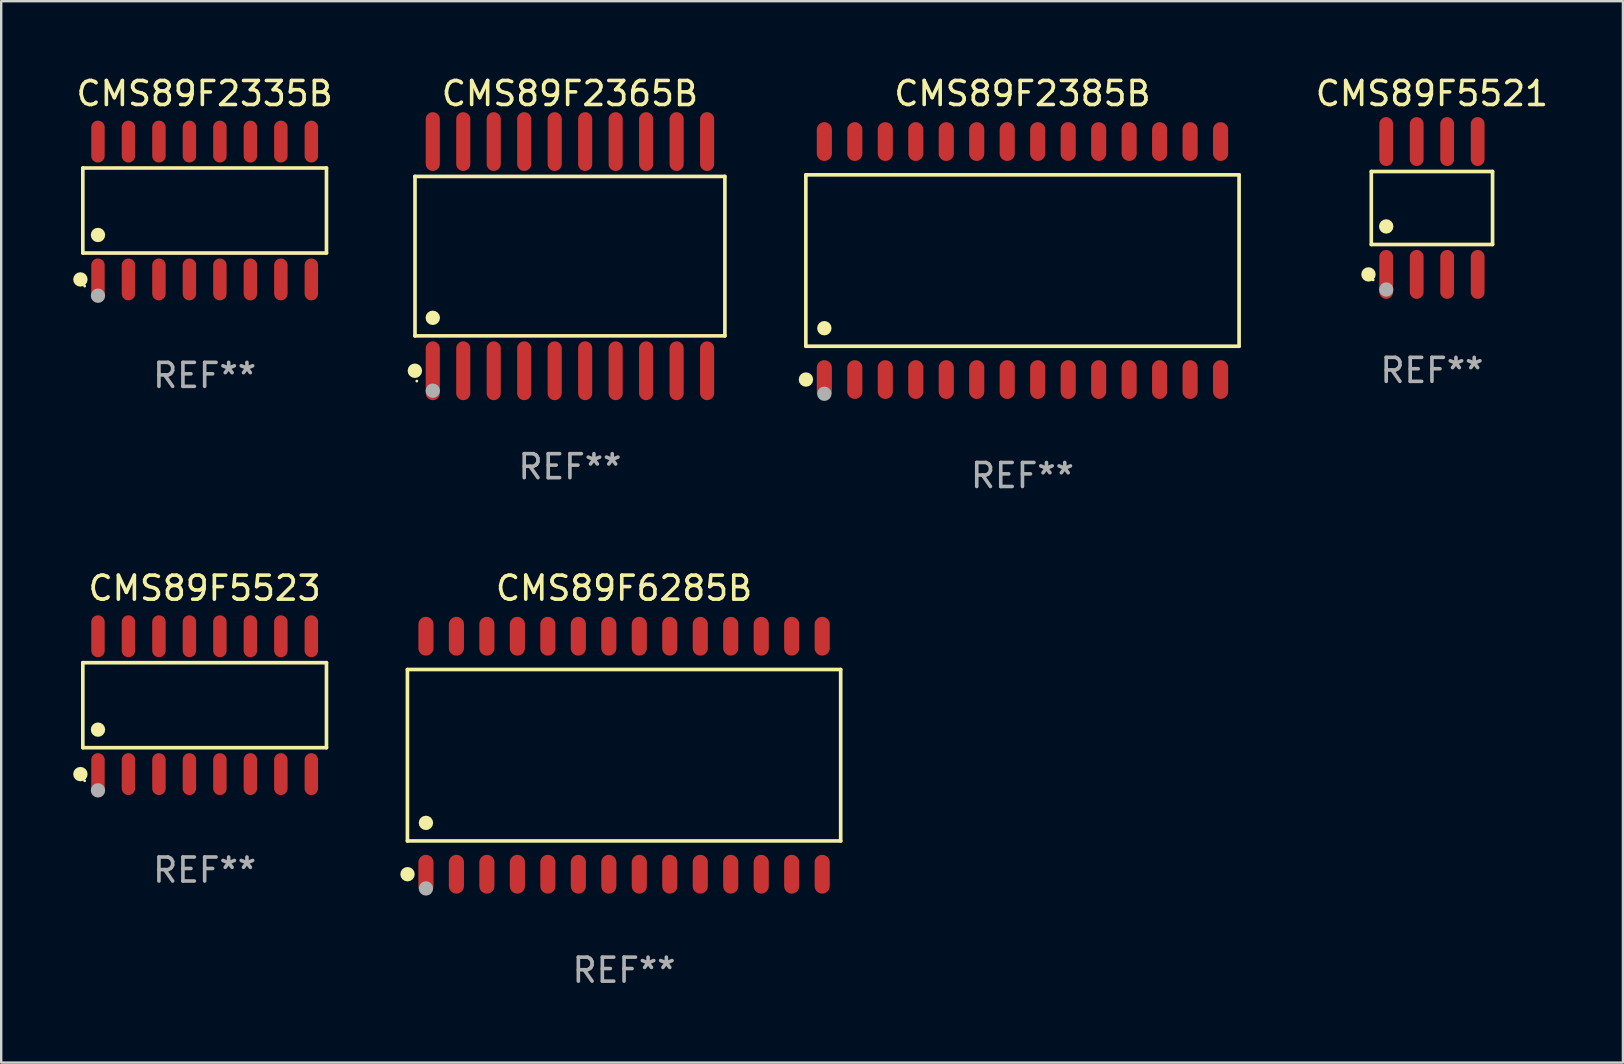
<source format=kicad_pcb>
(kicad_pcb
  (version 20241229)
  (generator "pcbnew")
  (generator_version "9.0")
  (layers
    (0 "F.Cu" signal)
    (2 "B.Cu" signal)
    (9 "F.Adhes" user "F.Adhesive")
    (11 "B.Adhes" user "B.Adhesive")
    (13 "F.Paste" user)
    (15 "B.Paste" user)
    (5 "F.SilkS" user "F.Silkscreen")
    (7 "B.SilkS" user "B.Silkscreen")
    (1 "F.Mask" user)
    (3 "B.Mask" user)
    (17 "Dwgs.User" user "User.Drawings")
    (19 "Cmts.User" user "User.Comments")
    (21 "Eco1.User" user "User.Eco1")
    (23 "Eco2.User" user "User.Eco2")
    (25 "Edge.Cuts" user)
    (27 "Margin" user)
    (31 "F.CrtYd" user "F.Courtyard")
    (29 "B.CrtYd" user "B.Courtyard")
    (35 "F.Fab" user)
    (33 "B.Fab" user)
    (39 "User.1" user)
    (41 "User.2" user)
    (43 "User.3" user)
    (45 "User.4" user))
  (footprint "CMS89F5523"
    (layer "F.Cu")
    (at 5.477 26.332)
    (property "Reference" "CMS89F5523" (at 0 -4.872 0) (layer "F.SilkS") (effects (font (size 1 1) (thickness 0.15))))
    (attr through_hole)
    (fp_line (start -5.076 -1.771) (end 5.076 -1.771) (stroke (width 0.152) (type solid)) (layer "F.SilkS"))
    (fp_line (start -5.076 1.771) (end -5.076 -1.771) (stroke (width 0.152) (type solid)) (layer "F.SilkS"))
    (fp_line (start 5.076 -1.771) (end 5.076 1.771) (stroke (width 0.152) (type solid)) (layer "F.SilkS"))
    (fp_line (start 5.076 1.771) (end -5.076 1.771) (stroke (width 0.152) (type solid)) (layer "F.SilkS"))
    (fp_circle (center -5.177 2.872) (end -5.027 2.872) (stroke (width 0.3) (type solid)) (fill no) (layer "F.SilkS"))
    (fp_circle (center -5 3.15) (end -4.97 3.15) (stroke (width 0.06) (type solid)) (fill no) (layer "F.SilkS"))
    (fp_circle (center -4.445 1.019) (end -4.295 1.019) (stroke (width 0.3) (type solid)) (fill no) (layer "F.SilkS"))
    (fp_circle (center -4.445 3.55) (end -4.295 3.55) (stroke (width 0.3) (type solid)) (fill no) (layer "F.Fab"))
    (fp_text user "REF**" (at 0 6.872 0) (layer "F.Fab") (effects (font (size 1 1) (thickness 0.15))))
    (pad "1" smd oval (at -4.445 2.872) (size 0.56 1.745) (layers "F.Cu" "F.Mask" "F.Paste"))
    (pad "2" smd oval (at -3.175 2.872) (size 0.56 1.745) (layers "F.Cu" "F.Mask" "F.Paste"))
    (pad "3" smd oval (at -1.905 2.872) (size 0.56 1.745) (layers "F.Cu" "F.Mask" "F.Paste"))
    (pad "4" smd oval (at -0.635 2.872) (size 0.56 1.745) (layers "F.Cu" "F.Mask" "F.Paste"))
    (pad "5" smd oval (at 0.635 2.872) (size 0.56 1.745) (layers "F.Cu" "F.Mask" "F.Paste"))
    (pad "6" smd oval (at 1.905 2.872) (size 0.56 1.745) (layers "F.Cu" "F.Mask" "F.Paste"))
    (pad "7" smd oval (at 3.175 2.872) (size 0.56 1.745) (layers "F.Cu" "F.Mask" "F.Paste"))
    (pad "8" smd oval (at 4.445 2.872) (size 0.56 1.745) (layers "F.Cu" "F.Mask" "F.Paste"))
    (pad "9" smd oval (at 4.445 -2.872) (size 0.56 1.745) (layers "F.Cu" "F.Mask" "F.Paste"))
    (pad "10" smd oval (at 3.175 -2.872) (size 0.56 1.745) (layers "F.Cu" "F.Mask" "F.Paste"))
    (pad "11" smd oval (at 1.905 -2.872) (size 0.56 1.745) (layers "F.Cu" "F.Mask" "F.Paste"))
    (pad "12" smd oval (at 0.635 -2.872) (size 0.56 1.745) (layers "F.Cu" "F.Mask" "F.Paste"))
    (pad "13" smd oval (at -0.635 -2.872) (size 0.56 1.745) (layers "F.Cu" "F.Mask" "F.Paste"))
    (pad "14" smd oval (at -1.905 -2.872) (size 0.56 1.745) (layers "F.Cu" "F.Mask" "F.Paste"))
    (pad "15" smd oval (at -3.175 -2.872) (size 0.56 1.745) (layers "F.Cu" "F.Mask" "F.Paste"))
    (pad "16" smd oval (at -4.445 -2.872) (size 0.56 1.745) (layers "F.Cu" "F.Mask" "F.Paste")))
  (footprint "CMS89F5521"
    (layer "F.Cu")
    (at 56.613 5.616)
    (property "Reference" "CMS89F5521" (at 0 -4.768 0) (layer "F.SilkS") (effects (font (size 1 1) (thickness 0.15))))
    (attr through_hole)
    (fp_line (start -2.526 -1.521) (end 2.526 -1.521) (stroke (width 0.152) (type solid)) (layer "F.SilkS"))
    (fp_line (start -2.526 1.521) (end -2.526 -1.521) (stroke (width 0.152) (type solid)) (layer "F.SilkS"))
    (fp_line (start 2.526 -1.521) (end 2.526 1.521) (stroke (width 0.152) (type solid)) (layer "F.SilkS"))
    (fp_line (start 2.526 1.521) (end -2.526 1.521) (stroke (width 0.152) (type solid)) (layer "F.SilkS"))
    (fp_circle (center -2.644 2.768) (end -2.494 2.768) (stroke (width 0.3) (type solid)) (fill no) (layer "F.SilkS"))
    (fp_circle (center -2.45 2.998) (end -2.42 2.998) (stroke (width 0.06) (type solid)) (fill no) (layer "F.SilkS"))
    (fp_circle (center -1.905 0.769) (end -1.755 0.769) (stroke (width 0.3) (type solid)) (fill no) (layer "F.SilkS"))
    (fp_circle (center -1.905 3.398) (end -1.755 3.398) (stroke (width 0.3) (type solid)) (fill no) (layer "F.Fab"))
    (fp_text user "REF**" (at 0 6.768 0) (layer "F.Fab") (effects (font (size 1 1) (thickness 0.15))))
    (pad "1" smd oval (at -1.905 2.768) (size 0.574 2.036) (layers "F.Cu" "F.Mask" "F.Paste"))
    (pad "2" smd oval (at -0.635 2.768) (size 0.574 2.036) (layers "F.Cu" "F.Mask" "F.Paste"))
    (pad "3" smd oval (at 0.635 2.768) (size 0.574 2.036) (layers "F.Cu" "F.Mask" "F.Paste"))
    (pad "4" smd oval (at 1.905 2.768) (size 0.574 2.036) (layers "F.Cu" "F.Mask" "F.Paste"))
    (pad "5" smd oval (at 1.905 -2.768) (size 0.574 2.036) (layers "F.Cu" "F.Mask" "F.Paste"))
    (pad "6" smd oval (at 0.635 -2.768) (size 0.574 2.036) (layers "F.Cu" "F.Mask" "F.Paste"))
    (pad "7" smd oval (at -0.635 -2.768) (size 0.574 2.036) (layers "F.Cu" "F.Mask" "F.Paste"))
    (pad "8" smd oval (at -1.905 -2.768) (size 0.574 2.036) (layers "F.Cu" "F.Mask" "F.Paste")))
  (footprint "CMS89F6285B"
    (layer "F.Cu")
    (at 22.952 28.417)
    (property "Reference" "CMS89F6285B" (at 0 -6.958 0) (layer "F.SilkS") (effects (font (size 1 1) (thickness 0.15))))
    (attr through_hole)
    (fp_line (start -9.026 -3.571) (end 9.026 -3.571) (stroke (width 0.152) (type solid)) (layer "F.SilkS"))
    (fp_line (start -9.026 3.571) (end -9.026 -3.571) (stroke (width 0.152) (type solid)) (layer "F.SilkS"))
    (fp_line (start 9.026 -3.571) (end 9.026 3.571) (stroke (width 0.152) (type solid)) (layer "F.SilkS"))
    (fp_line (start 9.026 3.571) (end -9.026 3.571) (stroke (width 0.152) (type solid)) (layer "F.SilkS"))
    (fp_circle (center -9.022 4.958) (end -8.872 4.958) (stroke (width 0.3) (type solid)) (fill no) (layer "F.SilkS"))
    (fp_circle (center -8.95 5.15) (end -8.92 5.15) (stroke (width 0.06) (type solid)) (fill no) (layer "F.SilkS"))
    (fp_circle (center -8.255 2.819) (end -8.105 2.819) (stroke (width 0.3) (type solid)) (fill no) (layer "F.SilkS"))
    (fp_circle (center -8.255 5.55) (end -8.105 5.55) (stroke (width 0.3) (type solid)) (fill no) (layer "F.Fab"))
    (fp_text user "REF**" (at 0 8.958 0) (layer "F.Fab") (effects (font (size 1 1) (thickness 0.15))))
    (pad "1" smd oval (at -8.255 4.958) (size 0.63 1.615) (layers "F.Cu" "F.Mask" "F.Paste"))
    (pad "2" smd oval (at -6.985 4.958) (size 0.63 1.615) (layers "F.Cu" "F.Mask" "F.Paste"))
    (pad "3" smd oval (at -5.715 4.958) (size 0.63 1.615) (layers "F.Cu" "F.Mask" "F.Paste"))
    (pad "4" smd oval (at -4.445 4.958) (size 0.63 1.615) (layers "F.Cu" "F.Mask" "F.Paste"))
    (pad "5" smd oval (at -3.175 4.958) (size 0.63 1.615) (layers "F.Cu" "F.Mask" "F.Paste"))
    (pad "6" smd oval (at -1.905 4.958) (size 0.63 1.615) (layers "F.Cu" "F.Mask" "F.Paste"))
    (pad "7" smd oval (at -0.635 4.958) (size 0.63 1.615) (layers "F.Cu" "F.Mask" "F.Paste"))
    (pad "8" smd oval (at 0.635 4.958) (size 0.63 1.615) (layers "F.Cu" "F.Mask" "F.Paste"))
    (pad "9" smd oval (at 1.905 4.958) (size 0.63 1.615) (layers "F.Cu" "F.Mask" "F.Paste"))
    (pad "10" smd oval (at 3.175 4.958) (size 0.63 1.615) (layers "F.Cu" "F.Mask" "F.Paste"))
    (pad "11" smd oval (at 4.445 4.958) (size 0.63 1.615) (layers "F.Cu" "F.Mask" "F.Paste"))
    (pad "12" smd oval (at 5.715 4.958) (size 0.63 1.615) (layers "F.Cu" "F.Mask" "F.Paste"))
    (pad "13" smd oval (at 6.985 4.958) (size 0.63 1.615) (layers "F.Cu" "F.Mask" "F.Paste"))
    (pad "14" smd oval (at 8.255 4.958) (size 0.63 1.615) (layers "F.Cu" "F.Mask" "F.Paste"))
    (pad "15" smd oval (at 8.255 -4.958) (size 0.63 1.615) (layers "F.Cu" "F.Mask" "F.Paste"))
    (pad "16" smd oval (at 6.985 -4.958) (size 0.63 1.615) (layers "F.Cu" "F.Mask" "F.Paste"))
    (pad "17" smd oval (at 5.715 -4.958) (size 0.63 1.615) (layers "F.Cu" "F.Mask" "F.Paste"))
    (pad "18" smd oval (at 4.445 -4.958) (size 0.63 1.615) (layers "F.Cu" "F.Mask" "F.Paste"))
    (pad "19" smd oval (at 3.175 -4.958) (size 0.63 1.615) (layers "F.Cu" "F.Mask" "F.Paste"))
    (pad "20" smd oval (at 1.905 -4.958) (size 0.63 1.615) (layers "F.Cu" "F.Mask" "F.Paste"))
    (pad "21" smd oval (at 0.635 -4.958) (size 0.63 1.615) (layers "F.Cu" "F.Mask" "F.Paste"))
    (pad "22" smd oval (at -0.635 -4.958) (size 0.63 1.615) (layers "F.Cu" "F.Mask" "F.Paste"))
    (pad "23" smd oval (at -1.905 -4.958) (size 0.63 1.615) (layers "F.Cu" "F.Mask" "F.Paste"))
    (pad "24" smd oval (at -3.175 -4.958) (size 0.63 1.615) (layers "F.Cu" "F.Mask" "F.Paste"))
    (pad "25" smd oval (at -4.445 -4.958) (size 0.63 1.615) (layers "F.Cu" "F.Mask" "F.Paste"))
    (pad "26" smd oval (at -5.715 -4.958) (size 0.63 1.615) (layers "F.Cu" "F.Mask" "F.Paste"))
    (pad "27" smd oval (at -6.985 -4.958) (size 0.63 1.615) (layers "F.Cu" "F.Mask" "F.Paste"))
    (pad "28" smd oval (at -8.255 -4.958) (size 0.63 1.615) (layers "F.Cu" "F.Mask" "F.Paste")))
  (footprint "CMS89F2365B"
    (layer "F.Cu")
    (at 20.697 7.623)
    (property "Reference" "CMS89F2365B" (at 0 -6.775 0) (layer "F.SilkS") (effects (font (size 1 1) (thickness 0.15))))
    (attr through_hole)
    (fp_line (start -6.456 -3.321) (end 6.456 -3.321) (stroke (width 0.152) (type solid)) (layer "F.SilkS"))
    (fp_line (start -6.456 3.321) (end -6.456 -3.321) (stroke (width 0.152) (type solid)) (layer "F.SilkS"))
    (fp_line (start 6.456 -3.321) (end 6.456 3.321) (stroke (width 0.152) (type solid)) (layer "F.SilkS"))
    (fp_line (start 6.456 3.321) (end -6.456 3.321) (stroke (width 0.152) (type solid)) (layer "F.SilkS"))
    (fp_circle (center -6.462 4.775) (end -6.311 4.775) (stroke (width 0.3) (type solid)) (fill no) (layer "F.SilkS"))
    (fp_circle (center -6.38 5.205) (end -6.35 5.205) (stroke (width 0.06) (type solid)) (fill no) (layer "F.SilkS"))
    (fp_circle (center -5.715 2.569) (end -5.565 2.569) (stroke (width 0.3) (type solid)) (fill no) (layer "F.SilkS"))
    (fp_circle (center -5.715 5.605) (end -5.565 5.605) (stroke (width 0.3) (type solid)) (fill no) (layer "F.Fab"))
    (fp_text user "REF**" (at 0 8.775 0) (layer "F.Fab") (effects (font (size 1 1) (thickness 0.15))))
    (pad "1" smd oval (at -5.715 4.775) (size 0.588 2.45) (layers "F.Cu" "F.Mask" "F.Paste"))
    (pad "2" smd oval (at -4.445 4.775) (size 0.588 2.45) (layers "F.Cu" "F.Mask" "F.Paste"))
    (pad "3" smd oval (at -3.175 4.775) (size 0.588 2.45) (layers "F.Cu" "F.Mask" "F.Paste"))
    (pad "4" smd oval (at -1.905 4.775) (size 0.588 2.45) (layers "F.Cu" "F.Mask" "F.Paste"))
    (pad "5" smd oval (at -0.635 4.775) (size 0.588 2.45) (layers "F.Cu" "F.Mask" "F.Paste"))
    (pad "6" smd oval (at 0.635 4.775) (size 0.588 2.45) (layers "F.Cu" "F.Mask" "F.Paste"))
    (pad "7" smd oval (at 1.905 4.775) (size 0.588 2.45) (layers "F.Cu" "F.Mask" "F.Paste"))
    (pad "8" smd oval (at 3.175 4.775) (size 0.588 2.45) (layers "F.Cu" "F.Mask" "F.Paste"))
    (pad "9" smd oval (at 4.445 4.775) (size 0.588 2.45) (layers "F.Cu" "F.Mask" "F.Paste"))
    (pad "10" smd oval (at 5.715 4.775) (size 0.588 2.45) (layers "F.Cu" "F.Mask" "F.Paste"))
    (pad "11" smd oval (at 5.715 -4.775) (size 0.588 2.45) (layers "F.Cu" "F.Mask" "F.Paste"))
    (pad "12" smd oval (at 4.445 -4.775) (size 0.588 2.45) (layers "F.Cu" "F.Mask" "F.Paste"))
    (pad "13" smd oval (at 3.175 -4.775) (size 0.588 2.45) (layers "F.Cu" "F.Mask" "F.Paste"))
    (pad "14" smd oval (at 1.905 -4.775) (size 0.588 2.45) (layers "F.Cu" "F.Mask" "F.Paste"))
    (pad "15" smd oval (at 0.635 -4.775) (size 0.588 2.45) (layers "F.Cu" "F.Mask" "F.Paste"))
    (pad "16" smd oval (at -0.635 -4.775) (size 0.588 2.45) (layers "F.Cu" "F.Mask" "F.Paste"))
    (pad "17" smd oval (at -1.905 -4.775) (size 0.588 2.45) (layers "F.Cu" "F.Mask" "F.Paste"))
    (pad "18" smd oval (at -3.175 -4.775) (size 0.588 2.45) (layers "F.Cu" "F.Mask" "F.Paste"))
    (pad "19" smd oval (at -4.445 -4.775) (size 0.588 2.45) (layers "F.Cu" "F.Mask" "F.Paste"))
    (pad "20" smd oval (at -5.715 -4.775) (size 0.588 2.45) (layers "F.Cu" "F.Mask" "F.Paste")))
  (footprint "CMS89F2335B"
    (layer "F.Cu")
    (at 5.477 5.721)
    (property "Reference" "CMS89F2335B" (at 0 -4.872 0) (layer "F.SilkS") (effects (font (size 1 1) (thickness 0.15))))
    (attr through_hole)
    (fp_line (start -5.076 -1.771) (end 5.076 -1.771) (stroke (width 0.152) (type solid)) (layer "F.SilkS"))
    (fp_line (start -5.076 1.771) (end -5.076 -1.771) (stroke (width 0.152) (type solid)) (layer "F.SilkS"))
    (fp_line (start 5.076 -1.771) (end 5.076 1.771) (stroke (width 0.152) (type solid)) (layer "F.SilkS"))
    (fp_line (start 5.076 1.771) (end -5.076 1.771) (stroke (width 0.152) (type solid)) (layer "F.SilkS"))
    (fp_circle (center -5.177 2.872) (end -5.027 2.872) (stroke (width 0.3) (type solid)) (fill no) (layer "F.SilkS"))
    (fp_circle (center -5 3.15) (end -4.97 3.15) (stroke (width 0.06) (type solid)) (fill no) (layer "F.SilkS"))
    (fp_circle (center -4.445 1.019) (end -4.295 1.019) (stroke (width 0.3) (type solid)) (fill no) (layer "F.SilkS"))
    (fp_circle (center -4.445 3.55) (end -4.295 3.55) (stroke (width 0.3) (type solid)) (fill no) (layer "F.Fab"))
    (fp_text user "REF**" (at 0 6.872 0) (layer "F.Fab") (effects (font (size 1 1) (thickness 0.15))))
    (pad "1" smd oval (at -4.445 2.872) (size 0.56 1.745) (layers "F.Cu" "F.Mask" "F.Paste"))
    (pad "2" smd oval (at -3.175 2.872) (size 0.56 1.745) (layers "F.Cu" "F.Mask" "F.Paste"))
    (pad "3" smd oval (at -1.905 2.872) (size 0.56 1.745) (layers "F.Cu" "F.Mask" "F.Paste"))
    (pad "4" smd oval (at -0.635 2.872) (size 0.56 1.745) (layers "F.Cu" "F.Mask" "F.Paste"))
    (pad "5" smd oval (at 0.635 2.872) (size 0.56 1.745) (layers "F.Cu" "F.Mask" "F.Paste"))
    (pad "6" smd oval (at 1.905 2.872) (size 0.56 1.745) (layers "F.Cu" "F.Mask" "F.Paste"))
    (pad "7" smd oval (at 3.175 2.872) (size 0.56 1.745) (layers "F.Cu" "F.Mask" "F.Paste"))
    (pad "8" smd oval (at 4.445 2.872) (size 0.56 1.745) (layers "F.Cu" "F.Mask" "F.Paste"))
    (pad "9" smd oval (at 4.445 -2.872) (size 0.56 1.745) (layers "F.Cu" "F.Mask" "F.Paste"))
    (pad "10" smd oval (at 3.175 -2.872) (size 0.56 1.745) (layers "F.Cu" "F.Mask" "F.Paste"))
    (pad "11" smd oval (at 1.905 -2.872) (size 0.56 1.745) (layers "F.Cu" "F.Mask" "F.Paste"))
    (pad "12" smd oval (at 0.635 -2.872) (size 0.56 1.745) (layers "F.Cu" "F.Mask" "F.Paste"))
    (pad "13" smd oval (at -0.635 -2.872) (size 0.56 1.745) (layers "F.Cu" "F.Mask" "F.Paste"))
    (pad "14" smd oval (at -1.905 -2.872) (size 0.56 1.745) (layers "F.Cu" "F.Mask" "F.Paste"))
    (pad "15" smd oval (at -3.175 -2.872) (size 0.56 1.745) (layers "F.Cu" "F.Mask" "F.Paste"))
    (pad "16" smd oval (at -4.445 -2.872) (size 0.56 1.745) (layers "F.Cu" "F.Mask" "F.Paste")))
  (footprint "CMS89F2385B"
    (layer "F.Cu")
    (at 39.552 7.806)
    (property "Reference" "CMS89F2385B" (at 0 -6.958 0) (layer "F.SilkS") (effects (font (size 1 1) (thickness 0.15))))
    (attr through_hole)
    (fp_line (start -9.026 -3.571) (end 9.026 -3.571) (stroke (width 0.152) (type solid)) (layer "F.SilkS"))
    (fp_line (start -9.026 3.571) (end -9.026 -3.571) (stroke (width 0.152) (type solid)) (layer "F.SilkS"))
    (fp_line (start 9.026 -3.571) (end 9.026 3.571) (stroke (width 0.152) (type solid)) (layer "F.SilkS"))
    (fp_line (start 9.026 3.571) (end -9.026 3.571) (stroke (width 0.152) (type solid)) (layer "F.SilkS"))
    (fp_circle (center -9.022 4.958) (end -8.872 4.958) (stroke (width 0.3) (type solid)) (fill no) (layer "F.SilkS"))
    (fp_circle (center -8.95 5.15) (end -8.92 5.15) (stroke (width 0.06) (type solid)) (fill no) (layer "F.SilkS"))
    (fp_circle (center -8.255 2.819) (end -8.105 2.819) (stroke (width 0.3) (type solid)) (fill no) (layer "F.SilkS"))
    (fp_circle (center -8.255 5.55) (end -8.105 5.55) (stroke (width 0.3) (type solid)) (fill no) (layer "F.Fab"))
    (fp_text user "REF**" (at 0 8.958 0) (layer "F.Fab") (effects (font (size 1 1) (thickness 0.15))))
    (pad "1" smd oval (at -8.255 4.958) (size 0.63 1.615) (layers "F.Cu" "F.Mask" "F.Paste"))
    (pad "2" smd oval (at -6.985 4.958) (size 0.63 1.615) (layers "F.Cu" "F.Mask" "F.Paste"))
    (pad "3" smd oval (at -5.715 4.958) (size 0.63 1.615) (layers "F.Cu" "F.Mask" "F.Paste"))
    (pad "4" smd oval (at -4.445 4.958) (size 0.63 1.615) (layers "F.Cu" "F.Mask" "F.Paste"))
    (pad "5" smd oval (at -3.175 4.958) (size 0.63 1.615) (layers "F.Cu" "F.Mask" "F.Paste"))
    (pad "6" smd oval (at -1.905 4.958) (size 0.63 1.615) (layers "F.Cu" "F.Mask" "F.Paste"))
    (pad "7" smd oval (at -0.635 4.958) (size 0.63 1.615) (layers "F.Cu" "F.Mask" "F.Paste"))
    (pad "8" smd oval (at 0.635 4.958) (size 0.63 1.615) (layers "F.Cu" "F.Mask" "F.Paste"))
    (pad "9" smd oval (at 1.905 4.958) (size 0.63 1.615) (layers "F.Cu" "F.Mask" "F.Paste"))
    (pad "10" smd oval (at 3.175 4.958) (size 0.63 1.615) (layers "F.Cu" "F.Mask" "F.Paste"))
    (pad "11" smd oval (at 4.445 4.958) (size 0.63 1.615) (layers "F.Cu" "F.Mask" "F.Paste"))
    (pad "12" smd oval (at 5.715 4.958) (size 0.63 1.615) (layers "F.Cu" "F.Mask" "F.Paste"))
    (pad "13" smd oval (at 6.985 4.958) (size 0.63 1.615) (layers "F.Cu" "F.Mask" "F.Paste"))
    (pad "14" smd oval (at 8.255 4.958) (size 0.63 1.615) (layers "F.Cu" "F.Mask" "F.Paste"))
    (pad "15" smd oval (at 8.255 -4.958) (size 0.63 1.615) (layers "F.Cu" "F.Mask" "F.Paste"))
    (pad "16" smd oval (at 6.985 -4.958) (size 0.63 1.615) (layers "F.Cu" "F.Mask" "F.Paste"))
    (pad "17" smd oval (at 5.715 -4.958) (size 0.63 1.615) (layers "F.Cu" "F.Mask" "F.Paste"))
    (pad "18" smd oval (at 4.445 -4.958) (size 0.63 1.615) (layers "F.Cu" "F.Mask" "F.Paste"))
    (pad "19" smd oval (at 3.175 -4.958) (size 0.63 1.615) (layers "F.Cu" "F.Mask" "F.Paste"))
    (pad "20" smd oval (at 1.905 -4.958) (size 0.63 1.615) (layers "F.Cu" "F.Mask" "F.Paste"))
    (pad "21" smd oval (at 0.635 -4.958) (size 0.63 1.615) (layers "F.Cu" "F.Mask" "F.Paste"))
    (pad "22" smd oval (at -0.635 -4.958) (size 0.63 1.615) (layers "F.Cu" "F.Mask" "F.Paste"))
    (pad "23" smd oval (at -1.905 -4.958) (size 0.63 1.615) (layers "F.Cu" "F.Mask" "F.Paste"))
    (pad "24" smd oval (at -3.175 -4.958) (size 0.63 1.615) (layers "F.Cu" "F.Mask" "F.Paste"))
    (pad "25" smd oval (at -4.445 -4.958) (size 0.63 1.615) (layers "F.Cu" "F.Mask" "F.Paste"))
    (pad "26" smd oval (at -5.715 -4.958) (size 0.63 1.615) (layers "F.Cu" "F.Mask" "F.Paste"))
    (pad "27" smd oval (at -6.985 -4.958) (size 0.63 1.615) (layers "F.Cu" "F.Mask" "F.Paste"))
    (pad "28" smd oval (at -8.255 -4.958) (size 0.63 1.615) (layers "F.Cu" "F.Mask" "F.Paste")))
  (gr_rect
    (start -3 -3)
    (end 64.571 41.223)
    (stroke (width 0.1) (type default))
    (fill no)
    (layer "Edge.Cuts")))
</source>
